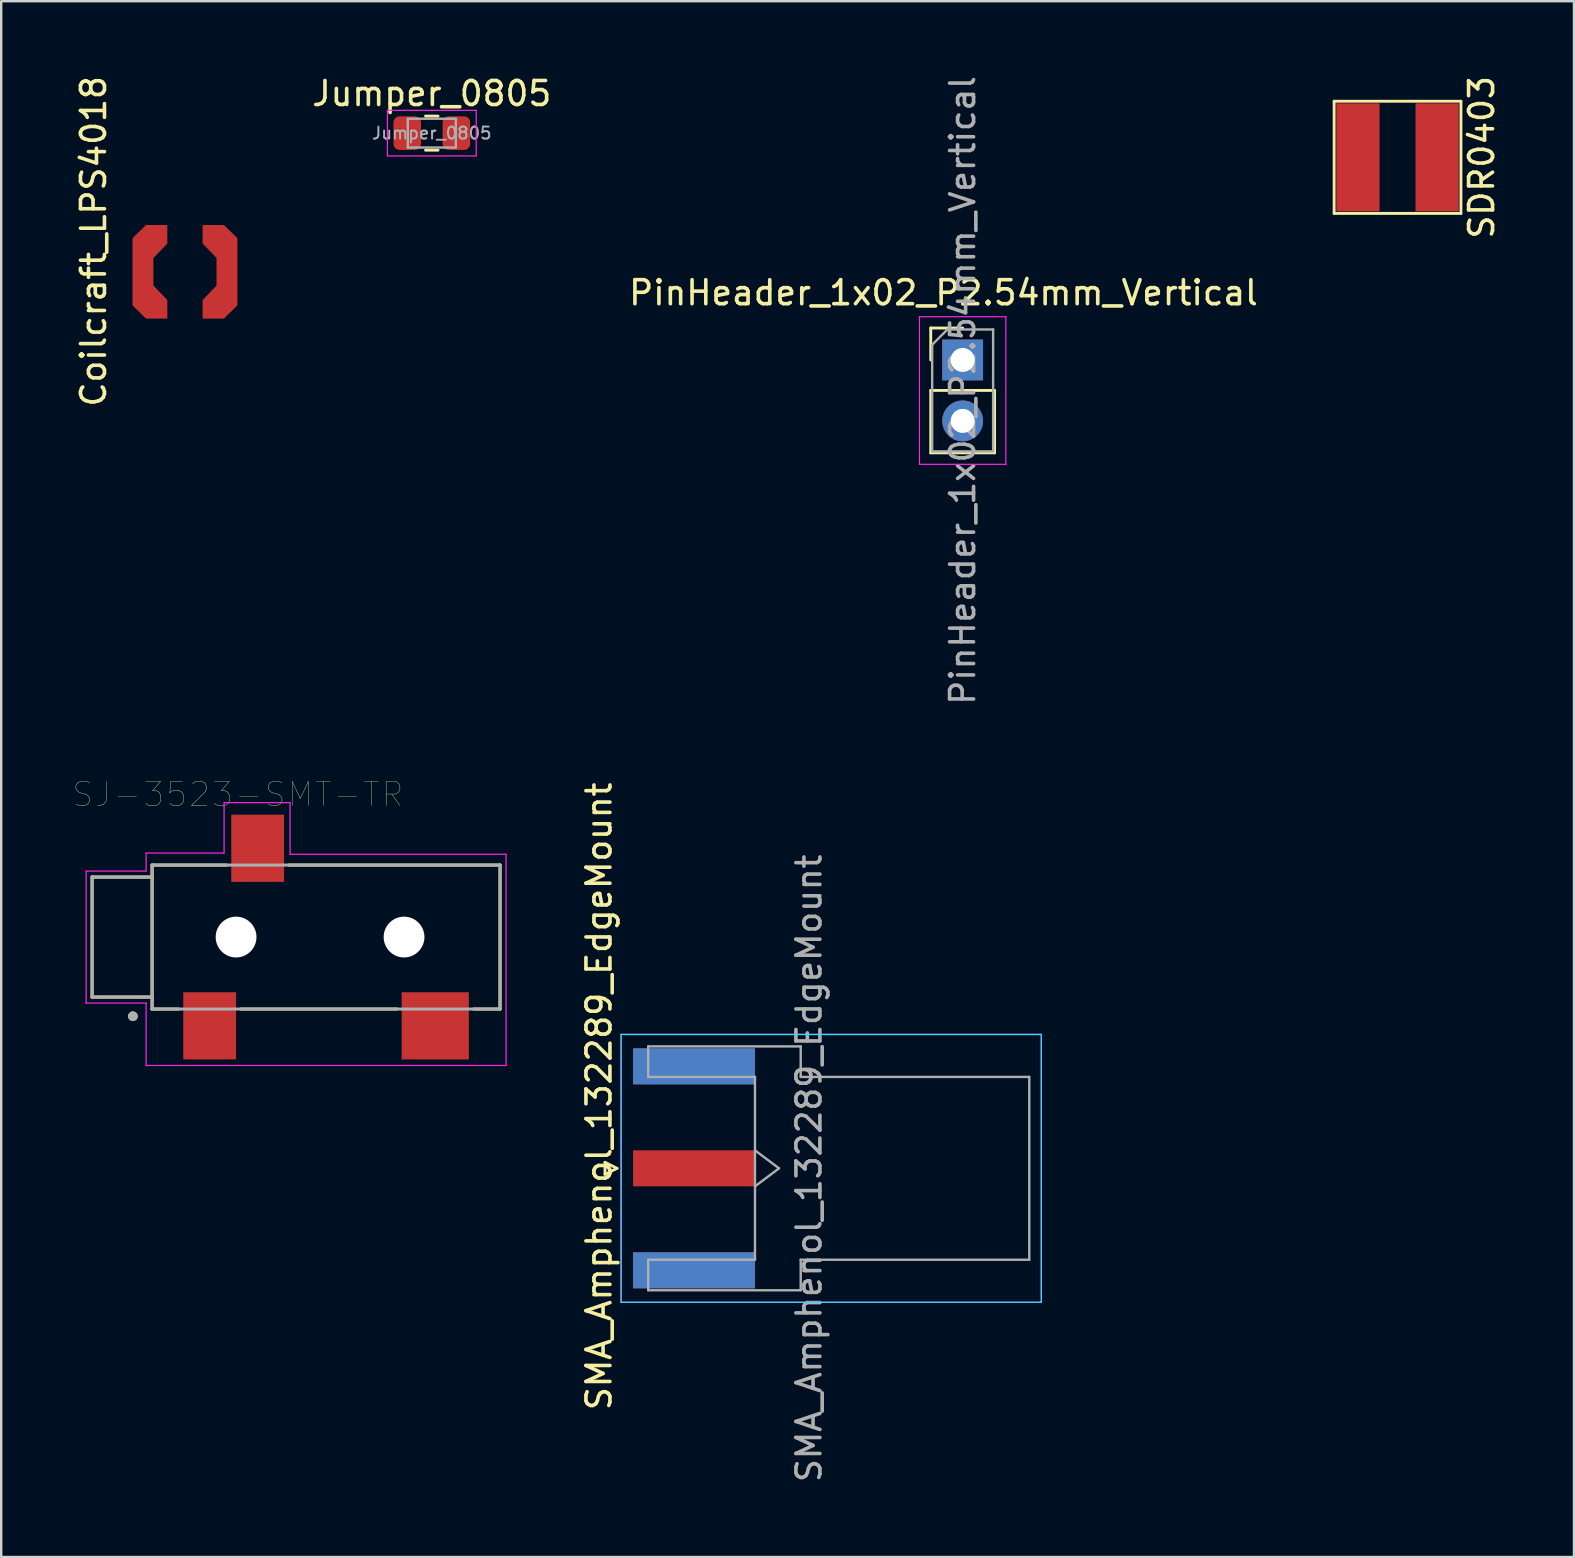
<source format=kicad_pcb>
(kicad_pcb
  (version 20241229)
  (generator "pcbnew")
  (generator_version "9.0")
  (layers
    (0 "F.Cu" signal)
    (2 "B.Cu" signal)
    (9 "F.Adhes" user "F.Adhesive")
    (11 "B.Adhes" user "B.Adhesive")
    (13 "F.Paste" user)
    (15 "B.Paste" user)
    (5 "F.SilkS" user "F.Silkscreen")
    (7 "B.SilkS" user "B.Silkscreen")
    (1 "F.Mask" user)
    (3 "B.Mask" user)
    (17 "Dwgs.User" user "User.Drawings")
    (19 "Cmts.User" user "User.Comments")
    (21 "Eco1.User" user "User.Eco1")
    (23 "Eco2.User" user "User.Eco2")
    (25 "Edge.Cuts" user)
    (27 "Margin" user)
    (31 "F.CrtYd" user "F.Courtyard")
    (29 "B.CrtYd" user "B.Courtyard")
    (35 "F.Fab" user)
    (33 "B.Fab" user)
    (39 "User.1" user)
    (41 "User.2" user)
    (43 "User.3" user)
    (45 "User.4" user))
  (footprint "SMA_Amphenol_132289_EdgeMount"
    (layer "F.Cu")
    (at 25.872 45.637)
    (property "Reference" "SMA_Amphenol_132289_EdgeMount" (at -3.96 -3 90) (layer "F.SilkS") (effects (font (size 1 1) (thickness 0.15))))
    (attr smd)
    (fp_line (start -3.71 -0.25) (end -3.71 0.25) (stroke (width 0.12) (type solid)) (layer "F.SilkS"))
    (fp_line (start -3.71 0.25) (end -3.21 0) (stroke (width 0.12) (type solid)) (layer "F.SilkS"))
    (fp_line (start -3.21 0) (end -3.71 -0.25) (stroke (width 0.12) (type solid)) (layer "F.SilkS"))
    (fp_line (start -3.04 5.58) (end -3.04 -5.58) (stroke (width 0.05) (type solid)) (layer "B.CrtYd"))
    (fp_line (start 14.47 -5.58) (end -3.04 -5.58) (stroke (width 0.05) (type solid)) (layer "B.CrtYd"))
    (fp_line (start 14.47 -5.58) (end 14.47 5.58) (stroke (width 0.05) (type solid)) (layer "B.CrtYd"))
    (fp_line (start 14.47 5.58) (end -3.04 5.58) (stroke (width 0.05) (type solid)) (layer "B.CrtYd"))
    (fp_line (start -3.04 5.58) (end -3.04 -5.58) (stroke (width 0.05) (type solid)) (layer "F.CrtYd"))
    (fp_line (start 14.47 -5.58) (end -3.04 -5.58) (stroke (width 0.05) (type solid)) (layer "F.CrtYd"))
    (fp_line (start 14.47 -5.58) (end 14.47 5.58) (stroke (width 0.05) (type solid)) (layer "F.CrtYd"))
    (fp_line (start 14.47 5.58) (end -3.04 5.58) (stroke (width 0.05) (type solid)) (layer "F.CrtYd"))
    (fp_line (start -1.91 -5.08) (end -1.91 -3.81) (stroke (width 0.1) (type solid)) (layer "F.Fab"))
    (fp_line (start -1.91 -5.08) (end 4.445 -5.08) (stroke (width 0.1) (type solid)) (layer "F.Fab"))
    (fp_line (start -1.91 -3.81) (end 2.54 -3.81) (stroke (width 0.1) (type solid)) (layer "F.Fab"))
    (fp_line (start -1.91 3.81) (end -1.91 5.08) (stroke (width 0.1) (type solid)) (layer "F.Fab"))
    (fp_line (start -1.91 5.08) (end 4.445 5.08) (stroke (width 0.1) (type solid)) (layer "F.Fab"))
    (fp_line (start 2.54 -3.81) (end 2.54 3.81) (stroke (width 0.1) (type solid)) (layer "F.Fab"))
    (fp_line (start 2.54 -0.75) (end 3.54 0) (stroke (width 0.1) (type solid)) (layer "F.Fab"))
    (fp_line (start 2.54 3.81) (end -1.91 3.81) (stroke (width 0.1) (type solid)) (layer "F.Fab"))
    (fp_line (start 3.54 0) (end 2.54 0.75) (stroke (width 0.1) (type solid)) (layer "F.Fab"))
    (fp_line (start 4.445 -3.81) (end 4.445 -5.08) (stroke (width 0.1) (type solid)) (layer "F.Fab"))
    (fp_line (start 4.445 -3.81) (end 13.97 -3.81) (stroke (width 0.1) (type solid)) (layer "F.Fab"))
    (fp_line (start 4.445 5.08) (end 4.445 3.81) (stroke (width 0.1) (type solid)) (layer "F.Fab"))
    (fp_line (start 13.97 -3.81) (end 13.97 3.81) (stroke (width 0.1) (type solid)) (layer "F.Fab"))
    (fp_line (start 13.97 3.81) (end 4.445 3.81) (stroke (width 0.1) (type solid)) (layer "F.Fab"))
    (fp_text user "${REFERENCE}" (at 4.79 0 270) (layer "F.Fab") (effects (font (size 1 1) (thickness 0.15))))
    (pad "1" smd rect (at 0 0 90) (size 1.5 5.08) (layers "F.Cu" "F.Mask" "F.Paste"))
    (pad "2" smd rect (at 0 -4.25 90) (size 1.5 5.08) (layers "F.Cu" "F.Mask" "F.Paste"))
    (pad "2" smd rect (at 0 -4.25 90) (size 1.5 5.08) (layers "B.Cu" "B.Mask" "B.Paste"))
    (pad "2" smd rect (at 0 4.25 90) (size 1.5 5.08) (layers "F.Cu" "F.Mask" "F.Paste"))
    (pad "2" smd rect (at 0 4.25 90) (size 1.5 5.08) (layers "B.Cu" "B.Mask" "B.Paste")))
  (footprint "SJ-3523-SMT-TR"
    (layer "F.Cu")
    (at 6.788 35.999)
    (property "Reference" "SJ-3523-SMT-TR" (at 0.075 -5.946 180) (layer "F.SilkS") (effects (font (size 1.002 1.002) (thickness 0.015))))
    (attr through_hole)
    (fp_line (start -6 -2.5) (end -6 2.5) (stroke (width 0.127) (type solid)) (layer "F.SilkS"))
    (fp_line (start -6 2.5) (end -3.5 2.5) (stroke (width 0.127) (type solid)) (layer "F.SilkS"))
    (fp_line (start -3.5 -3) (end -0.4 -3) (stroke (width 0.127) (type solid)) (layer "F.SilkS"))
    (fp_line (start -3.5 -2.5) (end -6 -2.5) (stroke (width 0.127) (type solid)) (layer "F.SilkS"))
    (fp_line (start -3.5 -2.5) (end -3.5 -3) (stroke (width 0.127) (type solid)) (layer "F.SilkS"))
    (fp_line (start -3.5 2.5) (end -3.5 -2.5) (stroke (width 0.127) (type solid)) (layer "F.SilkS"))
    (fp_line (start -3.5 3) (end -3.5 2.5) (stroke (width 0.127) (type solid)) (layer "F.SilkS"))
    (fp_line (start -3.5 3) (end -2.4 3) (stroke (width 0.127) (type solid)) (layer "F.SilkS"))
    (fp_line (start 0.2 3) (end 6.7 3) (stroke (width 0.127) (type solid)) (layer "F.SilkS"))
    (fp_line (start 2.2 -3) (end 11 -3) (stroke (width 0.127) (type solid)) (layer "F.SilkS"))
    (fp_line (start 9.9 3) (end 11 3) (stroke (width 0.127) (type solid)) (layer "F.SilkS"))
    (fp_line (start 11 -3) (end 11 3) (stroke (width 0.127) (type solid)) (layer "F.SilkS"))
    (fp_circle (center -4.3 3.3) (end -4.2 3.3) (stroke (width 0.2) (type solid)) (fill no) (layer "F.SilkS"))
    (fp_line (start -6.25 -2.75) (end -6.25 2.75) (stroke (width 0.05) (type solid)) (layer "F.CrtYd"))
    (fp_line (start -6.25 2.75) (end -3.75 2.75) (stroke (width 0.05) (type solid)) (layer "F.CrtYd"))
    (fp_line (start -3.75 -3.5) (end -3.75 -2.75) (stroke (width 0.05) (type solid)) (layer "F.CrtYd"))
    (fp_line (start -3.75 -3.5) (end -0.5 -3.5) (stroke (width 0.05) (type solid)) (layer "F.CrtYd"))
    (fp_line (start -3.75 -2.75) (end -6.25 -2.75) (stroke (width 0.05) (type solid)) (layer "F.CrtYd"))
    (fp_line (start -3.75 2.75) (end -3.75 5.35) (stroke (width 0.05) (type solid)) (layer "F.CrtYd"))
    (fp_line (start -0.5 -5.6) (end 2.25 -5.6) (stroke (width 0.05) (type solid)) (layer "F.CrtYd"))
    (fp_line (start -0.5 -3.5) (end -0.5 -5.6) (stroke (width 0.05) (type solid)) (layer "F.CrtYd"))
    (fp_line (start 2.25 -5.6) (end 2.25 -3.45) (stroke (width 0.05) (type solid)) (layer "F.CrtYd"))
    (fp_line (start 2.25 -3.45) (end 11.25 -3.45) (stroke (width 0.05) (type solid)) (layer "F.CrtYd"))
    (fp_line (start 11.25 -3.45) (end 11.25 5.35) (stroke (width 0.05) (type solid)) (layer "F.CrtYd"))
    (fp_line (start 11.25 5.35) (end -3.75 5.35) (stroke (width 0.05) (type solid)) (layer "F.CrtYd"))
    (fp_line (start -6 -2.5) (end -6 2.5) (stroke (width 0.127) (type solid)) (layer "F.Fab"))
    (fp_line (start -6 2.5) (end -3.5 2.5) (stroke (width 0.127) (type solid)) (layer "F.Fab"))
    (fp_line (start -3.5 -3) (end 11 -3) (stroke (width 0.127) (type solid)) (layer "F.Fab"))
    (fp_line (start -3.5 -2.5) (end -6 -2.5) (stroke (width 0.127) (type solid)) (layer "F.Fab"))
    (fp_line (start -3.5 3) (end -3.5 -3) (stroke (width 0.127) (type solid)) (layer "F.Fab"))
    (fp_line (start 11 -3) (end 11 3) (stroke (width 0.127) (type solid)) (layer "F.Fab"))
    (fp_line (start 11 3) (end -3.5 3) (stroke (width 0.127) (type solid)) (layer "F.Fab"))
    (fp_circle (center -4.3 3.3) (end -4.2 3.3) (stroke (width 0.2) (type solid)) (fill no) (layer "F.Fab"))
    (pad "" np_thru_hole circle (at 0 0) (size 1.7 1.7) (drill 1.7) (layers "*.Cu" "*.Mask"))
    (pad "" np_thru_hole circle (at 7 0) (size 1.7 1.7) (drill 1.7) (layers "*.Cu" "*.Mask"))
    (pad "1" smd rect (at -1.1 3.7) (size 2.2 2.8) (layers "F.Cu" "F.Mask" "F.Paste"))
    (pad "2" smd rect (at 8.3 3.7) (size 2.8 2.8) (layers "F.Cu" "F.Mask" "F.Paste"))
    (pad "3" smd rect (at 0.9 -3.7) (size 2.2 2.8) (layers "F.Cu" "F.Mask" "F.Paste")))
  (footprint "Jumper_0805"
    (layer "F.Cu")
    (at 14.944 2.498)
    (property "Reference" "Jumper_0805" (at 0 -1.65 0) (layer "F.SilkS") (effects (font (size 1 1) (thickness 0.15))))
    (attr smd)
    (fp_line (start -0.261 -0.71) (end 0.261 -0.71) (stroke (width 0.12) (type solid)) (layer "F.SilkS"))
    (fp_line (start -0.261 0.71) (end 0.261 0.71) (stroke (width 0.12) (type solid)) (layer "F.SilkS"))
    (fp_line (start -1.85 -0.95) (end 1.85 -0.95) (stroke (width 0.05) (type solid)) (layer "F.CrtYd"))
    (fp_line (start -1.85 0.95) (end -1.85 -0.95) (stroke (width 0.05) (type solid)) (layer "F.CrtYd"))
    (fp_line (start 1.85 -0.95) (end 1.85 0.95) (stroke (width 0.05) (type solid)) (layer "F.CrtYd"))
    (fp_line (start 1.85 0.95) (end -1.85 0.95) (stroke (width 0.05) (type solid)) (layer "F.CrtYd"))
    (fp_line (start -1 -0.6) (end 1 -0.6) (stroke (width 0.1) (type solid)) (layer "F.Fab"))
    (fp_line (start -1 0.6) (end -1 -0.6) (stroke (width 0.1) (type solid)) (layer "F.Fab"))
    (fp_line (start 1 -0.6) (end 1 0.6) (stroke (width 0.1) (type solid)) (layer "F.Fab"))
    (fp_line (start 1 0.6) (end -1 0.6) (stroke (width 0.1) (type solid)) (layer "F.Fab"))
    (fp_text user "${REFERENCE}" (at 0 0 0) (layer "F.Fab") (effects (font (size 0.5 0.5) (thickness 0.08))))
    (pad "1" smd roundrect (at -1.025 0) (size 1.15 1.4) (layers "F.Cu" "F.Mask" "F.Paste") (roundrect_rratio 0.217))
    (pad "2" smd roundrect (at 1.025 0) (size 1.15 1.4) (layers "F.Cu" "F.Mask" "F.Paste") (roundrect_rratio 0.217)))
  (footprint "SDR0403"
    (layer "F.Cu")
    (at 55.188 3.506)
    (property "Reference" "SDR0403" (at 3.505 0 90) (layer "F.SilkS") (effects (font (size 1 1) (thickness 0.15))))
    (attr through_hole)
    (fp_line (start -2.642 -2.337) (end 2.642 -2.337) (stroke (width 0.12) (type solid)) (layer "F.SilkS"))
    (fp_line (start -2.642 2.337) (end -2.642 -2.337) (stroke (width 0.12) (type solid)) (layer "F.SilkS"))
    (fp_line (start 2.642 -2.337) (end 2.642 2.337) (stroke (width 0.12) (type solid)) (layer "F.SilkS"))
    (fp_line (start 2.642 2.337) (end -2.642 2.337) (stroke (width 0.12) (type solid)) (layer "F.SilkS"))
    (pad "1" smd rect (at -1.65 0) (size 1.8 4.5) (layers "F.Cu" "F.Mask" "F.Paste"))
    (pad "2" smd rect (at 1.65 0) (size 1.8 4.5) (layers "F.Cu" "F.Mask" "F.Paste")))
  (footprint "PinHeader_1x02_P2.54mm_Vertical"
    (layer "F.Cu")
    (at 37.066 11.95)
    (property "Reference" "PinHeader_1x02_P2.54mm_Vertical" (at -0.8 -2.8 0) (layer "F.SilkS") (effects (font (size 1 1) (thickness 0.15))))
    (attr through_hole)
    (fp_line (start -1.33 -1.33) (end 0 -1.33) (stroke (width 0.12) (type solid)) (layer "F.SilkS"))
    (fp_line (start -1.33 0) (end -1.33 -1.33) (stroke (width 0.12) (type solid)) (layer "F.SilkS"))
    (fp_line (start -1.33 1.27) (end -1.33 3.87) (stroke (width 0.12) (type solid)) (layer "F.SilkS"))
    (fp_line (start -1.33 1.27) (end 1.33 1.27) (stroke (width 0.12) (type solid)) (layer "F.SilkS"))
    (fp_line (start -1.33 3.87) (end 1.33 3.87) (stroke (width 0.12) (type solid)) (layer "F.SilkS"))
    (fp_line (start 1.33 1.27) (end 1.33 3.87) (stroke (width 0.12) (type solid)) (layer "F.SilkS"))
    (fp_line (start -1.8 -1.8) (end -1.8 4.35) (stroke (width 0.05) (type solid)) (layer "F.CrtYd"))
    (fp_line (start -1.8 4.35) (end 1.8 4.35) (stroke (width 0.05) (type solid)) (layer "F.CrtYd"))
    (fp_line (start 1.8 -1.8) (end -1.8 -1.8) (stroke (width 0.05) (type solid)) (layer "F.CrtYd"))
    (fp_line (start 1.8 4.35) (end 1.8 -1.8) (stroke (width 0.05) (type solid)) (layer "F.CrtYd"))
    (fp_line (start -1.27 -0.635) (end -0.635 -1.27) (stroke (width 0.1) (type solid)) (layer "F.Fab"))
    (fp_line (start -1.27 3.81) (end -1.27 -0.635) (stroke (width 0.1) (type solid)) (layer "F.Fab"))
    (fp_line (start -0.635 -1.27) (end 1.27 -1.27) (stroke (width 0.1) (type solid)) (layer "F.Fab"))
    (fp_line (start 1.27 -1.27) (end 1.27 3.81) (stroke (width 0.1) (type solid)) (layer "F.Fab"))
    (fp_line (start 1.27 3.81) (end -1.27 3.81) (stroke (width 0.1) (type solid)) (layer "F.Fab"))
    (fp_text user "${REFERENCE}" (at 0 1.27 90) (layer "F.Fab") (effects (font (size 1 1) (thickness 0.15))))
    (pad "1" thru_hole rect (at 0 0) (size 1.7 1.7) (drill 1) (layers "*.Cu" "*.Mask"))
    (pad "2" thru_hole oval (at 0 2.54) (size 1.7 1.7) (drill 1) (layers "*.Cu" "*.Mask")))
  (footprint "Coilcraft_LPS4018"
    (layer "F.Cu")
    (at 4.658 8.276)
    (property "Reference" "Coilcraft_LPS4018" (at -3.81 -1.27 90) (layer "F.SilkS") (effects (font (size 1 1) (thickness 0.15))))
    (attr through_hole)
    (pad "1" smd custom (at -1.75 0) (size 0.3 0.3) (layers "F.Cu" "F.Mask" "F.Paste") (options (anchor rect)) (primitives (gr_poly (pts (xy -0.435 1.4) (xy 0.125 1.95) (xy 1.015 1.95) (xy 1.015 1.175) (xy 0.435 0.575) (xy 0.435 -0.575) (xy 1.015 -1.175) (xy 1.015 -1.95) (xy 0.125 -1.95) (xy -0.435 -1.4)) (width 0) (fill yes))))
    (pad "2" smd custom (at 1.75 0 180) (size 0.3 0.3) (layers "F.Cu" "F.Mask" "F.Paste") (options (anchor rect)) (primitives (gr_poly (pts (xy -0.435 1.4) (xy 0.125 1.95) (xy 1.015 1.95) (xy 1.015 1.175) (xy 0.435 0.575) (xy 0.435 -0.575) (xy 1.015 -1.175) (xy 1.015 -1.95) (xy 0.125 -1.95) (xy -0.435 -1.4)) (width 0) (fill yes)))))
  (gr_rect
    (start -3 -3)
    (end 62.541 61.833)
    (stroke (width 0.1) (type default))
    (fill no)
    (layer "Edge.Cuts")))
</source>
